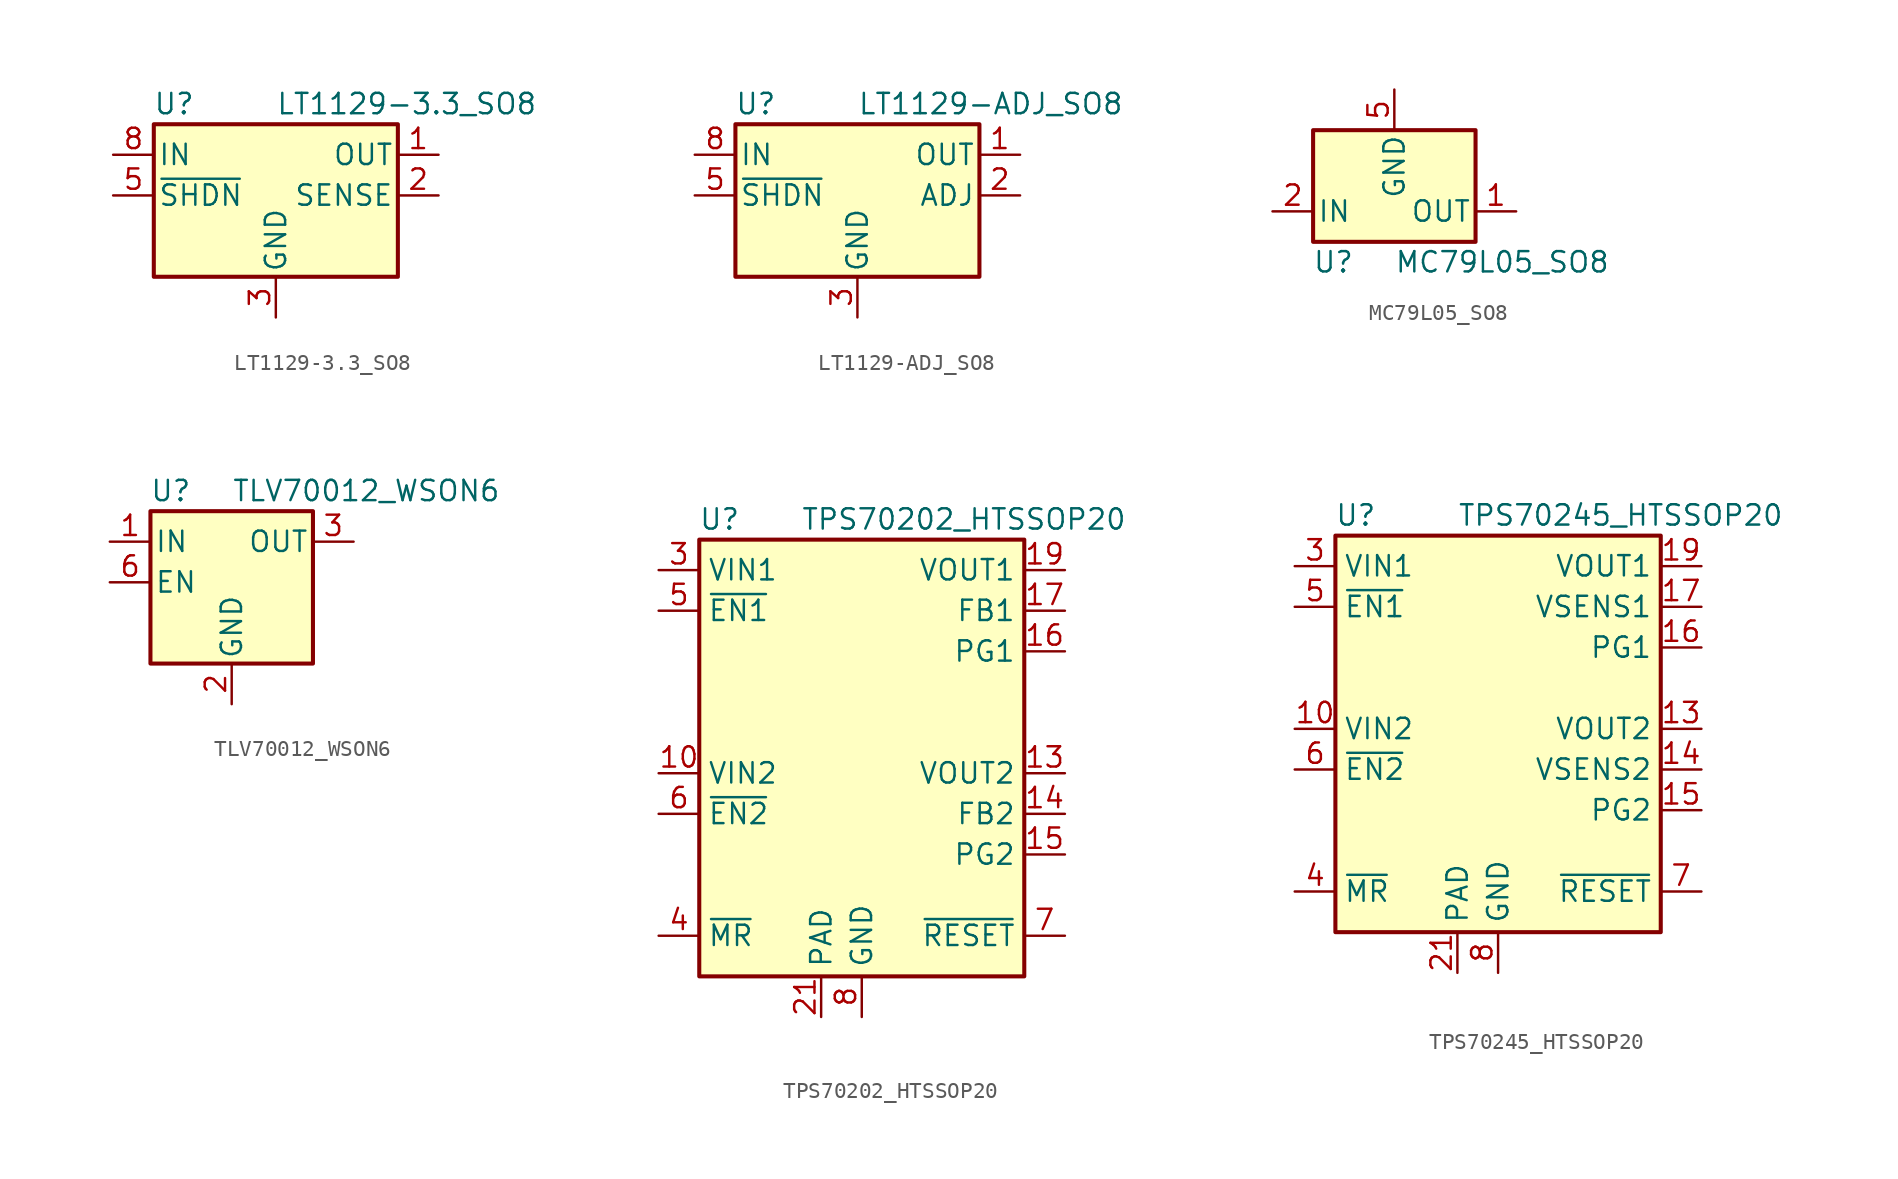
<source format=kicad_sym>
(kicad_symbol_lib
  (version 20211014)
  (generator kicad_symbol_editor)
  (symbol "LT1129-3.3_SO8"
    (pin_names
      (offset 0.254))
    (property "Reference" "U"
      (at -6.35 5.715 0)
      (effects (font (size 1.27 1.27))))
    (property "Value" "LT1129-3.3_SO8"
      (at 0 5.715 0)
      (effects (font (size 1.27 1.27)) (justify left)))
    (symbol "LT1129-3.3_SO8_0_1"
      (rectangle (start -7.62 -5.08) (end 7.62 4.445) (stroke (width 0.254) (type default) (color 0 0 0 0)) (fill (type background))))
    (symbol "LT1129-3.3_SO8_1_1"
      (pin power_out line (at 10.16 2.54 180) (length 2.54) (name "OUT" (effects (font (size 1.27 1.27)))) (number "1" (effects (font (size 1.27 1.27)))))
      (pin input line (at 10.16 0 180) (length 2.54) (name "SENSE" (effects (font (size 1.27 1.27)))) (number "2" (effects (font (size 1.27 1.27)))))
      (pin power_in line (at 0 -7.62 90) (length 2.54) (name "GND" (effects (font (size 1.27 1.27)))) (number "3" (effects (font (size 1.27 1.27)))))
      (pin no_connect line (at 7.62 -2.54 180) (length 2.54) hide (name "NC" (effects (font (size 1.27 1.27)))) (number "4" (effects (font (size 1.27 1.27)))))
      (pin input line (at -10.16 0 0) (length 2.54) (name "~{SHDN}" (effects (font (size 1.27 1.27)))) (number "5" (effects (font (size 1.27 1.27)))))
      (pin passive line (at 0 -7.62 90) (length 2.54) hide (name "GND" (effects (font (size 1.27 1.27)))) (number "6" (effects (font (size 1.27 1.27)))))
      (pin passive line (at 0 -7.62 90) (length 2.54) hide (name "GND" (effects (font (size 1.27 1.27)))) (number "7" (effects (font (size 1.27 1.27)))))
      (pin power_in line (at -10.16 2.54 0) (length 2.54) (name "IN" (effects (font (size 1.27 1.27)))) (number "8" (effects (font (size 1.27 1.27)))))))
  (symbol "LT1129-ADJ_SO8"
    (pin_names
      (offset 0.254))
    (property "Reference" "U"
      (at -6.35 5.715 0)
      (effects (font (size 1.27 1.27))))
    (property "Value" "LT1129-ADJ_SO8"
      (at 0 5.715 0)
      (effects (font (size 1.27 1.27)) (justify left)))
    (symbol "LT1129-ADJ_SO8_0_1"
      (rectangle (start -7.62 -5.08) (end 7.62 4.445) (stroke (width 0.254) (type default) (color 0 0 0 0)) (fill (type background))))
    (symbol "LT1129-ADJ_SO8_1_1"
      (pin power_out line (at 10.16 2.54 180) (length 2.54) (name "OUT" (effects (font (size 1.27 1.27)))) (number "1" (effects (font (size 1.27 1.27)))))
      (pin input line (at 10.16 0 180) (length 2.54) (name "ADJ" (effects (font (size 1.27 1.27)))) (number "2" (effects (font (size 1.27 1.27)))))
      (pin power_in line (at 0 -7.62 90) (length 2.54) (name "GND" (effects (font (size 1.27 1.27)))) (number "3" (effects (font (size 1.27 1.27)))))
      (pin no_connect line (at 7.62 -2.54 180) (length 2.54) hide (name "NC" (effects (font (size 1.27 1.27)))) (number "4" (effects (font (size 1.27 1.27)))))
      (pin input line (at -10.16 0 0) (length 2.54) (name "~{SHDN}" (effects (font (size 1.27 1.27)))) (number "5" (effects (font (size 1.27 1.27)))))
      (pin passive line (at 0 -7.62 90) (length 2.54) hide (name "GND" (effects (font (size 1.27 1.27)))) (number "6" (effects (font (size 1.27 1.27)))))
      (pin passive line (at 0 -7.62 90) (length 2.54) hide (name "GND" (effects (font (size 1.27 1.27)))) (number "7" (effects (font (size 1.27 1.27)))))
      (pin power_in line (at -10.16 2.54 0) (length 2.54) (name "IN" (effects (font (size 1.27 1.27)))) (number "8" (effects (font (size 1.27 1.27)))))))
  (symbol "MC79L05_SO8"
    (pin_names
      (offset 0.254))
    (property "Reference" "U"
      (at -3.81 -3.175 0)
      (effects (font (size 1.27 1.27))))
    (property "Value" "MC79L05_SO8"
      (at 0 -3.175 0)
      (effects (font (size 1.27 1.27)) (justify left)))
    (symbol "MC79L05_SO8_0_1"
      (rectangle (start -5.08 5.08) (end 5.08 -1.905) (stroke (width 0.254) (type default) (color 0 0 0 0)) (fill (type background))))
    (symbol "MC79L05_SO8_1_1"
      (pin power_out line (at 7.62 0 180) (length 2.54) (name "OUT" (effects (font (size 1.27 1.27)))) (number "1" (effects (font (size 1.27 1.27)))))
      (pin power_in line (at -7.62 0 0) (length 2.54) (name "IN" (effects (font (size 1.27 1.27)))) (number "2" (effects (font (size 1.27 1.27)))))
      (pin passive line (at -7.62 0 0) (length 2.54) hide (name "IN" (effects (font (size 1.27 1.27)))) (number "3" (effects (font (size 1.27 1.27)))))
      (pin no_connect line (at 5.08 2.54 180) (length 2.54) hide (name "NC" (effects (font (size 1.27 1.27)))) (number "4" (effects (font (size 1.27 1.27)))))
      (pin power_in line (at 0 7.62 270) (length 2.54) (name "GND" (effects (font (size 1.27 1.27)))) (number "5" (effects (font (size 1.27 1.27)))))
      (pin passive line (at -7.62 0 0) (length 2.54) hide (name "IN" (effects (font (size 1.27 1.27)))) (number "6" (effects (font (size 1.27 1.27)))))
      (pin passive line (at -7.62 0 0) (length 2.54) hide (name "IN" (effects (font (size 1.27 1.27)))) (number "7" (effects (font (size 1.27 1.27)))))
      (pin no_connect line (at -5.08 2.54 0) (length 2.54) hide (name "NC" (effects (font (size 1.27 1.27)))) (number "8" (effects (font (size 1.27 1.27)))))))
  (symbol "TLV70012_WSON6"
    (pin_names
      (offset 0.254))
    (property "Reference" "U"
      (at -3.81 5.715 0)
      (effects (font (size 1.27 1.27))))
    (property "Value" "TLV70012_WSON6"
      (at 0 5.715 0)
      (effects (font (size 1.27 1.27)) (justify left)))
    (symbol "TLV70012_WSON6_0_1"
      (rectangle (start -5.08 4.445) (end 5.08 -5.08) (stroke (width 0.254) (type default) (color 0 0 0 0)) (fill (type background))))
    (symbol "TLV70012_WSON6_1_1"
      (pin power_in line (at -7.62 2.54 0) (length 2.54) (name "IN" (effects (font (size 1.27 1.27)))) (number "1" (effects (font (size 1.27 1.27)))))
      (pin power_in line (at 0 -7.62 90) (length 2.54) (name "GND" (effects (font (size 1.27 1.27)))) (number "2" (effects (font (size 1.27 1.27)))))
      (pin power_out line (at 7.62 2.54 180) (length 2.54) (name "OUT" (effects (font (size 1.27 1.27)))) (number "3" (effects (font (size 1.27 1.27)))))
      (pin no_connect line (at 5.08 0 180) (length 2.54) hide (name "NC" (effects (font (size 1.27 1.27)))) (number "4" (effects (font (size 1.27 1.27)))))
      (pin no_connect line (at -2.54 -5.08 90) (length 2.54) hide (name "NC" (effects (font (size 1.27 1.27)))) (number "5" (effects (font (size 1.27 1.27)))))
      (pin input line (at -7.62 0 0) (length 2.54) (name "EN" (effects (font (size 1.27 1.27)))) (number "6" (effects (font (size 1.27 1.27)))))))
  (symbol "TPS70202_HTSSOP20"
    (property "Reference" "U"
      (at -8.89 15.875 0)
      (effects (font (size 1.27 1.27))))
    (property "Value" "TPS70202_HTSSOP20"
      (at -3.81 15.875 0)
      (effects (font (size 1.27 1.27)) (justify left)))
    (symbol "TPS70202_HTSSOP20_0_1"
      (rectangle (start -10.16 14.605) (end 10.16 -12.7) (stroke (width 0.254) (type default) (color 0 0 0 0)) (fill (type background))))
    (symbol "TPS70202_HTSSOP20_1_1"
      (pin no_connect line (at -10.16 7.62 0) (length 2.54) hide (name "NC" (effects (font (size 1.27 1.27)))) (number "1" (effects (font (size 1.27 1.27)))))
      (pin power_in line (at -12.7 0 0) (length 2.54) (name "VIN2" (effects (font (size 1.27 1.27)))) (number "10" (effects (font (size 1.27 1.27)))))
      (pin no_connect line (at -10.16 5.08 0) (length 2.54) hide (name "NC" (effects (font (size 1.27 1.27)))) (number "11" (effects (font (size 1.27 1.27)))))
      (pin passive line (at 12.7 0 180) (length 2.54) hide (name "VOUT2" (effects (font (size 1.27 1.27)))) (number "12" (effects (font (size 1.27 1.27)))))
      (pin power_out line (at 12.7 0 180) (length 2.54) (name "VOUT2" (effects (font (size 1.27 1.27)))) (number "13" (effects (font (size 1.27 1.27)))))
      (pin input line (at 12.7 -2.54 180) (length 2.54) (name "FB2" (effects (font (size 1.27 1.27)))) (number "14" (effects (font (size 1.27 1.27)))))
      (pin open_collector line (at 12.7 -5.08 180) (length 2.54) (name "PG2" (effects (font (size 1.27 1.27)))) (number "15" (effects (font (size 1.27 1.27)))))
      (pin open_collector line (at 12.7 7.62 180) (length 2.54) (name "PG1" (effects (font (size 1.27 1.27)))) (number "16" (effects (font (size 1.27 1.27)))))
      (pin input line (at 12.7 10.16 180) (length 2.54) (name "FB1" (effects (font (size 1.27 1.27)))) (number "17" (effects (font (size 1.27 1.27)))))
      (pin passive line (at 12.7 12.7 180) (length 2.54) hide (name "VOUT1" (effects (font (size 1.27 1.27)))) (number "18" (effects (font (size 1.27 1.27)))))
      (pin power_out line (at 12.7 12.7 180) (length 2.54) (name "VOUT1" (effects (font (size 1.27 1.27)))) (number "19" (effects (font (size 1.27 1.27)))))
      (pin passive line (at -12.7 12.7 0) (length 2.54) hide (name "VIN1" (effects (font (size 1.27 1.27)))) (number "2" (effects (font (size 1.27 1.27)))))
      (pin no_connect line (at -10.16 -5.08 0) (length 2.54) hide (name "NC" (effects (font (size 1.27 1.27)))) (number "20" (effects (font (size 1.27 1.27)))))
      (pin power_in line (at -2.54 -15.24 90) (length 2.54) (name "PAD" (effects (font (size 1.27 1.27)))) (number "21" (effects (font (size 1.27 1.27)))))
      (pin power_in line (at -12.7 12.7 0) (length 2.54) (name "VIN1" (effects (font (size 1.27 1.27)))) (number "3" (effects (font (size 1.27 1.27)))))
      (pin input line (at -12.7 -10.16 0) (length 2.54) (name "~{MR}" (effects (font (size 1.27 1.27)))) (number "4" (effects (font (size 1.27 1.27)))))
      (pin input line (at -12.7 10.16 0) (length 2.54) (name "~{EN1}" (effects (font (size 1.27 1.27)))) (number "5" (effects (font (size 1.27 1.27)))))
      (pin input line (at -12.7 -2.54 0) (length 2.54) (name "~{EN2}" (effects (font (size 1.27 1.27)))) (number "6" (effects (font (size 1.27 1.27)))))
      (pin open_collector line (at 12.7 -10.16 180) (length 2.54) (name "~{RESET}" (effects (font (size 1.27 1.27)))) (number "7" (effects (font (size 1.27 1.27)))))
      (pin power_in line (at 0 -15.24 90) (length 2.54) (name "GND" (effects (font (size 1.27 1.27)))) (number "8" (effects (font (size 1.27 1.27)))))
      (pin passive line (at -12.7 0 0) (length 2.54) hide (name "VIN2" (effects (font (size 1.27 1.27)))) (number "9" (effects (font (size 1.27 1.27)))))))
  (symbol "TPS70245_HTSSOP20"
    (property "Reference" "U"
      (at -8.89 13.335 0)
      (effects (font (size 1.27 1.27))))
    (property "Value" "TPS70245_HTSSOP20"
      (at -2.54 13.335 0)
      (effects (font (size 1.27 1.27)) (justify left)))
    (symbol "TPS70245_HTSSOP20_0_1"
      (rectangle (start -10.16 12.065) (end 10.16 -12.7) (stroke (width 0.254) (type default) (color 0 0 0 0)) (fill (type background))))
    (symbol "TPS70245_HTSSOP20_1_1"
      (pin no_connect line (at -10.16 5.08 0) (length 2.54) hide (name "NC" (effects (font (size 1.27 1.27)))) (number "1" (effects (font (size 1.27 1.27)))))
      (pin power_in line (at -12.7 0 0) (length 2.54) (name "VIN2" (effects (font (size 1.27 1.27)))) (number "10" (effects (font (size 1.27 1.27)))))
      (pin no_connect line (at -10.16 -5.08 0) (length 2.54) hide (name "NC" (effects (font (size 1.27 1.27)))) (number "11" (effects (font (size 1.27 1.27)))))
      (pin passive line (at 12.7 0 180) (length 2.54) hide (name "VOUT2" (effects (font (size 1.27 1.27)))) (number "12" (effects (font (size 1.27 1.27)))))
      (pin power_out line (at 12.7 0 180) (length 2.54) (name "VOUT2" (effects (font (size 1.27 1.27)))) (number "13" (effects (font (size 1.27 1.27)))))
      (pin input line (at 12.7 -2.54 180) (length 2.54) (name "VSENS2" (effects (font (size 1.27 1.27)))) (number "14" (effects (font (size 1.27 1.27)))))
      (pin open_collector line (at 12.7 -5.08 180) (length 2.54) (name "PG2" (effects (font (size 1.27 1.27)))) (number "15" (effects (font (size 1.27 1.27)))))
      (pin open_collector line (at 12.7 5.08 180) (length 2.54) (name "PG1" (effects (font (size 1.27 1.27)))) (number "16" (effects (font (size 1.27 1.27)))))
      (pin input line (at 12.7 7.62 180) (length 2.54) (name "VSENS1" (effects (font (size 1.27 1.27)))) (number "17" (effects (font (size 1.27 1.27)))))
      (pin passive line (at 12.7 10.16 180) (length 2.54) hide (name "VOUT1" (effects (font (size 1.27 1.27)))) (number "18" (effects (font (size 1.27 1.27)))))
      (pin power_out line (at 12.7 10.16 180) (length 2.54) (name "VOUT1" (effects (font (size 1.27 1.27)))) (number "19" (effects (font (size 1.27 1.27)))))
      (pin passive line (at -12.7 10.16 0) (length 2.54) hide (name "VIN1" (effects (font (size 1.27 1.27)))) (number "2" (effects (font (size 1.27 1.27)))))
      (pin no_connect line (at 2.54 -12.7 90) (length 2.54) hide (name "NC" (effects (font (size 1.27 1.27)))) (number "20" (effects (font (size 1.27 1.27)))))
      (pin power_in line (at -2.54 -15.24 90) (length 2.54) (name "PAD" (effects (font (size 1.27 1.27)))) (number "21" (effects (font (size 1.27 1.27)))))
      (pin power_in line (at -12.7 10.16 0) (length 2.54) (name "VIN1" (effects (font (size 1.27 1.27)))) (number "3" (effects (font (size 1.27 1.27)))))
      (pin input line (at -12.7 -10.16 0) (length 2.54) (name "~{MR}" (effects (font (size 1.27 1.27)))) (number "4" (effects (font (size 1.27 1.27)))))
      (pin input line (at -12.7 7.62 0) (length 2.54) (name "~{EN1}" (effects (font (size 1.27 1.27)))) (number "5" (effects (font (size 1.27 1.27)))))
      (pin input line (at -12.7 -2.54 0) (length 2.54) (name "~{EN2}" (effects (font (size 1.27 1.27)))) (number "6" (effects (font (size 1.27 1.27)))))
      (pin open_collector line (at 12.7 -10.16 180) (length 2.54) (name "~{RESET}" (effects (font (size 1.27 1.27)))) (number "7" (effects (font (size 1.27 1.27)))))
      (pin power_in line (at 0 -15.24 90) (length 2.54) (name "GND" (effects (font (size 1.27 1.27)))) (number "8" (effects (font (size 1.27 1.27)))))
      (pin passive line (at -12.7 0 0) (length 2.54) hide (name "VIN2" (effects (font (size 1.27 1.27)))) (number "9" (effects (font (size 1.27 1.27))))))))
</source>
